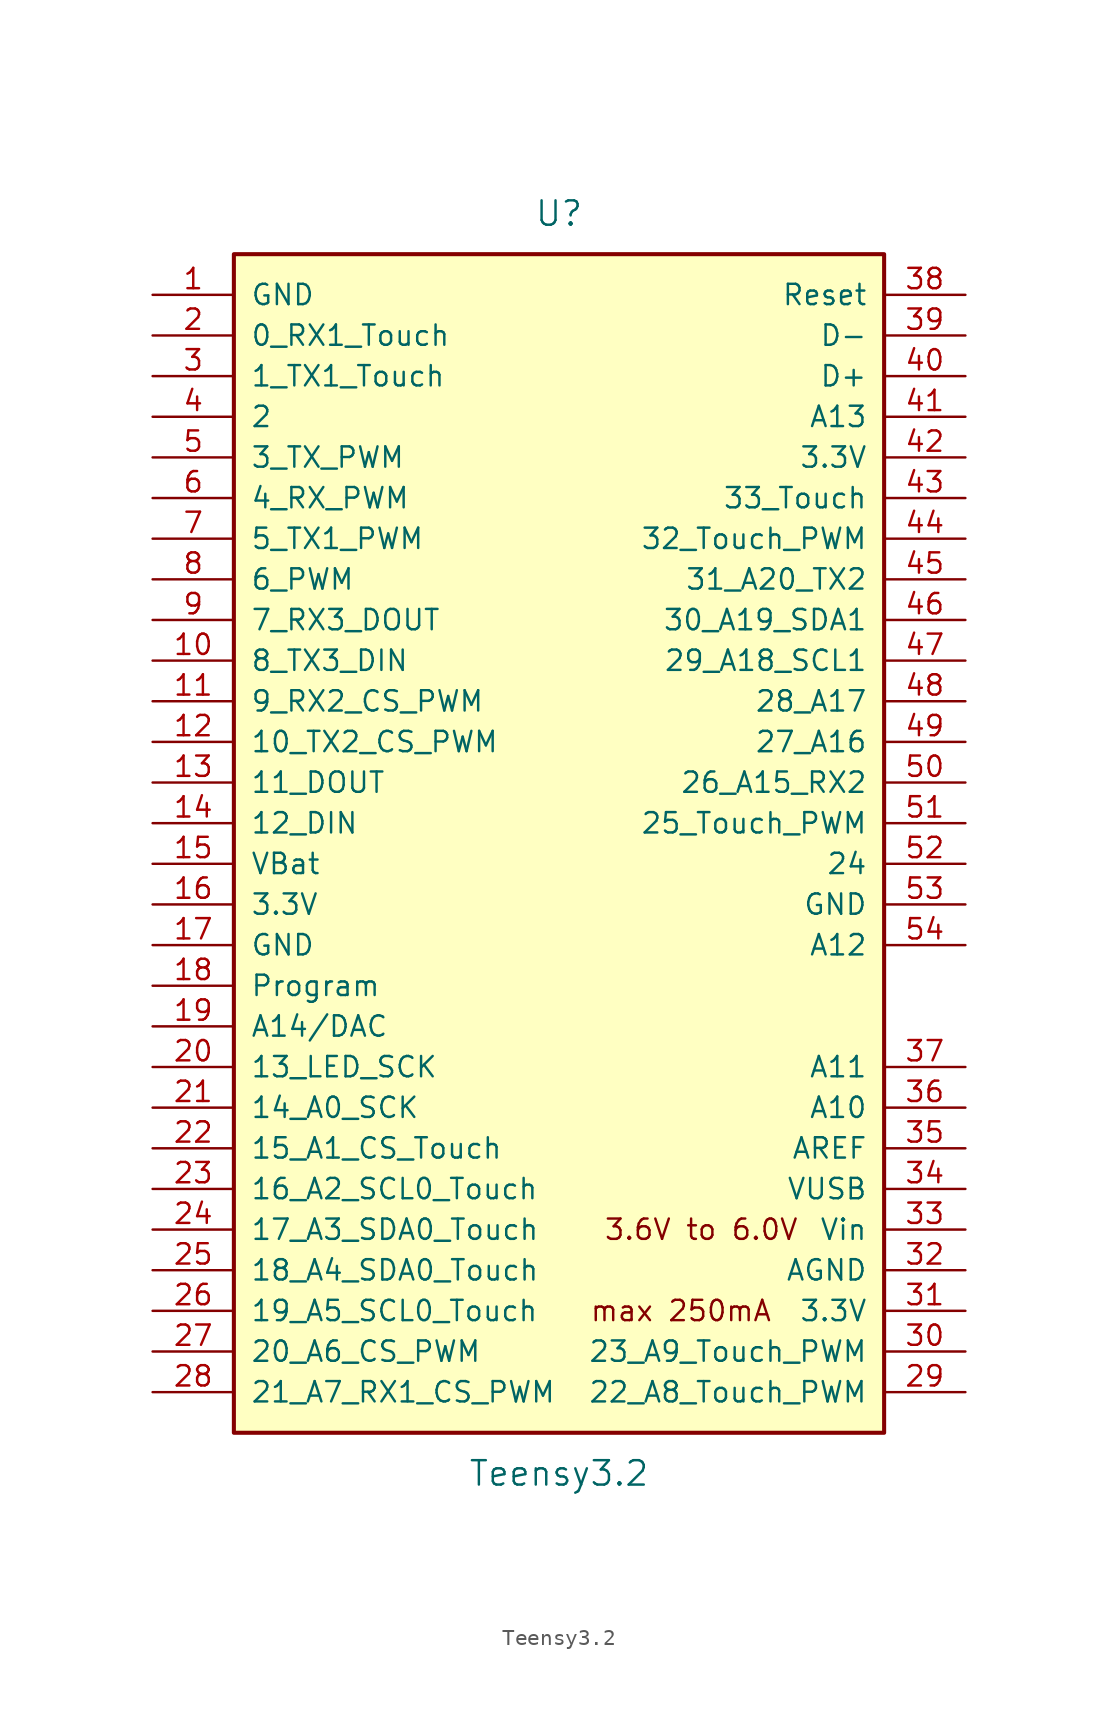
<source format=kicad_sym>
(kicad_symbol_lib
  (version 20220914)
  (generator kicad_symbol_editor)
  (symbol "Teensy3.2"
    (pin_names
      (offset 1.016))
    (property "Reference" "U"
      (at 0 39.37 0)
      (effects (font (size 1.524 1.524))))
    (property "Value" "Teensy3.2"
      (at 0 -39.37 0)
      (effects (font (size 1.524 1.524))))
    (property "Footprint" ""
      (at 0 -19.05 0)
      (effects (font (size 1.524 1.524))))
    (property "Datasheet" ""
      (at 0 -19.05 0)
      (effects (font (size 1.524 1.524))))
    (symbol "Teensy3.2_0_0"
      (text "3.6V to 6.0V" (at 8.89 -24.13 0) (effects (font (size 1.27 1.27))))
      (text "max 250mA" (at 7.62 -29.21 0) (effects (font (size 1.27 1.27)))))
    (symbol "Teensy3.2_1_1"
      (rectangle (start -20.32 36.83) (end 20.32 -36.83) (stroke (width 0.254) (type solid)) (fill (type background)))
      (pin power_in line (at -25.4 34.29 0) (length 5.08) (name "GND" (effects (font (size 1.27 1.27)))) (number "1" (effects (font (size 1.27 1.27)))))
      (pin bidirectional line (at -25.4 11.43 0) (length 5.08) (name "8_TX3_DIN" (effects (font (size 1.27 1.27)))) (number "10" (effects (font (size 1.27 1.27)))))
      (pin bidirectional line (at -25.4 8.89 0) (length 5.08) (name "9_RX2_CS_PWM" (effects (font (size 1.27 1.27)))) (number "11" (effects (font (size 1.27 1.27)))))
      (pin bidirectional line (at -25.4 6.35 0) (length 5.08) (name "10_TX2_CS_PWM" (effects (font (size 1.27 1.27)))) (number "12" (effects (font (size 1.27 1.27)))))
      (pin bidirectional line (at -25.4 3.81 0) (length 5.08) (name "11_DOUT" (effects (font (size 1.27 1.27)))) (number "13" (effects (font (size 1.27 1.27)))))
      (pin bidirectional line (at -25.4 1.27 0) (length 5.08) (name "12_DIN" (effects (font (size 1.27 1.27)))) (number "14" (effects (font (size 1.27 1.27)))))
      (pin power_in line (at -25.4 -1.27 0) (length 5.08) (name "VBat" (effects (font (size 1.27 1.27)))) (number "15" (effects (font (size 1.27 1.27)))))
      (pin power_out line (at -25.4 -3.81 0) (length 5.08) (name "3.3V" (effects (font (size 1.27 1.27)))) (number "16" (effects (font (size 1.27 1.27)))))
      (pin power_in line (at -25.4 -6.35 0) (length 5.08) (name "GND" (effects (font (size 1.27 1.27)))) (number "17" (effects (font (size 1.27 1.27)))))
      (pin input line (at -25.4 -8.89 0) (length 5.08) (name "Program" (effects (font (size 1.27 1.27)))) (number "18" (effects (font (size 1.27 1.27)))))
      (pin bidirectional line (at -25.4 -11.43 0) (length 5.08) (name "A14/DAC" (effects (font (size 1.27 1.27)))) (number "19" (effects (font (size 1.27 1.27)))))
      (pin bidirectional line (at -25.4 31.75 0) (length 5.08) (name "0_RX1_Touch" (effects (font (size 1.27 1.27)))) (number "2" (effects (font (size 1.27 1.27)))))
      (pin bidirectional line (at -25.4 -13.97 0) (length 5.08) (name "13_LED_SCK" (effects (font (size 1.27 1.27)))) (number "20" (effects (font (size 1.27 1.27)))))
      (pin bidirectional line (at -25.4 -16.51 0) (length 5.08) (name "14_A0_SCK" (effects (font (size 1.27 1.27)))) (number "21" (effects (font (size 1.27 1.27)))))
      (pin bidirectional line (at -25.4 -19.05 0) (length 5.08) (name "15_A1_CS_Touch" (effects (font (size 1.27 1.27)))) (number "22" (effects (font (size 1.27 1.27)))))
      (pin bidirectional line (at -25.4 -21.59 0) (length 5.08) (name "16_A2_SCL0_Touch" (effects (font (size 1.27 1.27)))) (number "23" (effects (font (size 1.27 1.27)))))
      (pin bidirectional line (at -25.4 -24.13 0) (length 5.08) (name "17_A3_SDA0_Touch" (effects (font (size 1.27 1.27)))) (number "24" (effects (font (size 1.27 1.27)))))
      (pin bidirectional line (at -25.4 -26.67 0) (length 5.08) (name "18_A4_SDA0_Touch" (effects (font (size 1.27 1.27)))) (number "25" (effects (font (size 1.27 1.27)))))
      (pin bidirectional line (at -25.4 -29.21 0) (length 5.08) (name "19_A5_SCL0_Touch" (effects (font (size 1.27 1.27)))) (number "26" (effects (font (size 1.27 1.27)))))
      (pin bidirectional line (at -25.4 -31.75 0) (length 5.08) (name "20_A6_CS_PWM" (effects (font (size 1.27 1.27)))) (number "27" (effects (font (size 1.27 1.27)))))
      (pin bidirectional line (at -25.4 -34.29 0) (length 5.08) (name "21_A7_RX1_CS_PWM" (effects (font (size 1.27 1.27)))) (number "28" (effects (font (size 1.27 1.27)))))
      (pin bidirectional line (at 25.4 -34.29 180) (length 5.08) (name "22_A8_Touch_PWM" (effects (font (size 1.27 1.27)))) (number "29" (effects (font (size 1.27 1.27)))))
      (pin bidirectional line (at -25.4 29.21 0) (length 5.08) (name "1_TX1_Touch" (effects (font (size 1.27 1.27)))) (number "3" (effects (font (size 1.27 1.27)))))
      (pin bidirectional line (at 25.4 -31.75 180) (length 5.08) (name "23_A9_Touch_PWM" (effects (font (size 1.27 1.27)))) (number "30" (effects (font (size 1.27 1.27)))))
      (pin power_out line (at 25.4 -29.21 180) (length 5.08) (name "3.3V" (effects (font (size 1.27 1.27)))) (number "31" (effects (font (size 1.27 1.27)))))
      (pin power_out line (at 25.4 -26.67 180) (length 5.08) (name "AGND" (effects (font (size 1.27 1.27)))) (number "32" (effects (font (size 1.27 1.27)))))
      (pin power_in line (at 25.4 -24.13 180) (length 5.08) (name "Vin" (effects (font (size 1.27 1.27)))) (number "33" (effects (font (size 1.27 1.27)))))
      (pin power_in line (at 25.4 -21.59 180) (length 5.08) (name "VUSB" (effects (font (size 1.27 1.27)))) (number "34" (effects (font (size 1.27 1.27)))))
      (pin input line (at 25.4 -19.05 180) (length 5.08) (name "AREF" (effects (font (size 1.27 1.27)))) (number "35" (effects (font (size 1.27 1.27)))))
      (pin bidirectional line (at 25.4 -16.51 180) (length 5.08) (name "A10" (effects (font (size 1.27 1.27)))) (number "36" (effects (font (size 1.27 1.27)))))
      (pin bidirectional line (at 25.4 -13.97 180) (length 5.08) (name "A11" (effects (font (size 1.27 1.27)))) (number "37" (effects (font (size 1.27 1.27)))))
      (pin input line (at 25.4 34.29 180) (length 5.08) (name "Reset" (effects (font (size 1.27 1.27)))) (number "38" (effects (font (size 1.27 1.27)))))
      (pin bidirectional line (at 25.4 31.75 180) (length 5.08) (name "D-" (effects (font (size 1.27 1.27)))) (number "39" (effects (font (size 1.27 1.27)))))
      (pin bidirectional line (at -25.4 26.67 0) (length 5.08) (name "2" (effects (font (size 1.27 1.27)))) (number "4" (effects (font (size 1.27 1.27)))))
      (pin bidirectional line (at 25.4 29.21 180) (length 5.08) (name "D+" (effects (font (size 1.27 1.27)))) (number "40" (effects (font (size 1.27 1.27)))))
      (pin bidirectional line (at 25.4 26.67 180) (length 5.08) (name "A13" (effects (font (size 1.27 1.27)))) (number "41" (effects (font (size 1.27 1.27)))))
      (pin power_out line (at 25.4 24.13 180) (length 5.08) (name "3.3V" (effects (font (size 1.27 1.27)))) (number "42" (effects (font (size 1.27 1.27)))))
      (pin bidirectional line (at 25.4 21.59 180) (length 5.08) (name "33_Touch" (effects (font (size 1.27 1.27)))) (number "43" (effects (font (size 1.27 1.27)))))
      (pin bidirectional line (at 25.4 19.05 180) (length 5.08) (name "32_Touch_PWM" (effects (font (size 1.27 1.27)))) (number "44" (effects (font (size 1.27 1.27)))))
      (pin bidirectional line (at 25.4 16.51 180) (length 5.08) (name "31_A20_TX2" (effects (font (size 1.27 1.27)))) (number "45" (effects (font (size 1.27 1.27)))))
      (pin bidirectional line (at 25.4 13.97 180) (length 5.08) (name "30_A19_SDA1" (effects (font (size 1.27 1.27)))) (number "46" (effects (font (size 1.27 1.27)))))
      (pin bidirectional line (at 25.4 11.43 180) (length 5.08) (name "29_A18_SCL1" (effects (font (size 1.27 1.27)))) (number "47" (effects (font (size 1.27 1.27)))))
      (pin bidirectional line (at 25.4 8.89 180) (length 5.08) (name "28_A17" (effects (font (size 1.27 1.27)))) (number "48" (effects (font (size 1.27 1.27)))))
      (pin bidirectional line (at 25.4 6.35 180) (length 5.08) (name "27_A16" (effects (font (size 1.27 1.27)))) (number "49" (effects (font (size 1.27 1.27)))))
      (pin bidirectional line (at -25.4 24.13 0) (length 5.08) (name "3_TX_PWM" (effects (font (size 1.27 1.27)))) (number "5" (effects (font (size 1.27 1.27)))))
      (pin bidirectional line (at 25.4 3.81 180) (length 5.08) (name "26_A15_RX2" (effects (font (size 1.27 1.27)))) (number "50" (effects (font (size 1.27 1.27)))))
      (pin bidirectional line (at 25.4 1.27 180) (length 5.08) (name "25_Touch_PWM" (effects (font (size 1.27 1.27)))) (number "51" (effects (font (size 1.27 1.27)))))
      (pin bidirectional line (at 25.4 -1.27 180) (length 5.08) (name "24" (effects (font (size 1.27 1.27)))) (number "52" (effects (font (size 1.27 1.27)))))
      (pin power_in line (at 25.4 -3.81 180) (length 5.08) (name "GND" (effects (font (size 1.27 1.27)))) (number "53" (effects (font (size 1.27 1.27)))))
      (pin bidirectional line (at 25.4 -6.35 180) (length 5.08) (name "A12" (effects (font (size 1.27 1.27)))) (number "54" (effects (font (size 1.27 1.27)))))
      (pin bidirectional line (at -25.4 21.59 0) (length 5.08) (name "4_RX_PWM" (effects (font (size 1.27 1.27)))) (number "6" (effects (font (size 1.27 1.27)))))
      (pin bidirectional line (at -25.4 19.05 0) (length 5.08) (name "5_TX1_PWM" (effects (font (size 1.27 1.27)))) (number "7" (effects (font (size 1.27 1.27)))))
      (pin bidirectional line (at -25.4 16.51 0) (length 5.08) (name "6_PWM" (effects (font (size 1.27 1.27)))) (number "8" (effects (font (size 1.27 1.27)))))
      (pin bidirectional line (at -25.4 13.97 0) (length 5.08) (name "7_RX3_DOUT" (effects (font (size 1.27 1.27)))) (number "9" (effects (font (size 1.27 1.27))))))))
</source>
